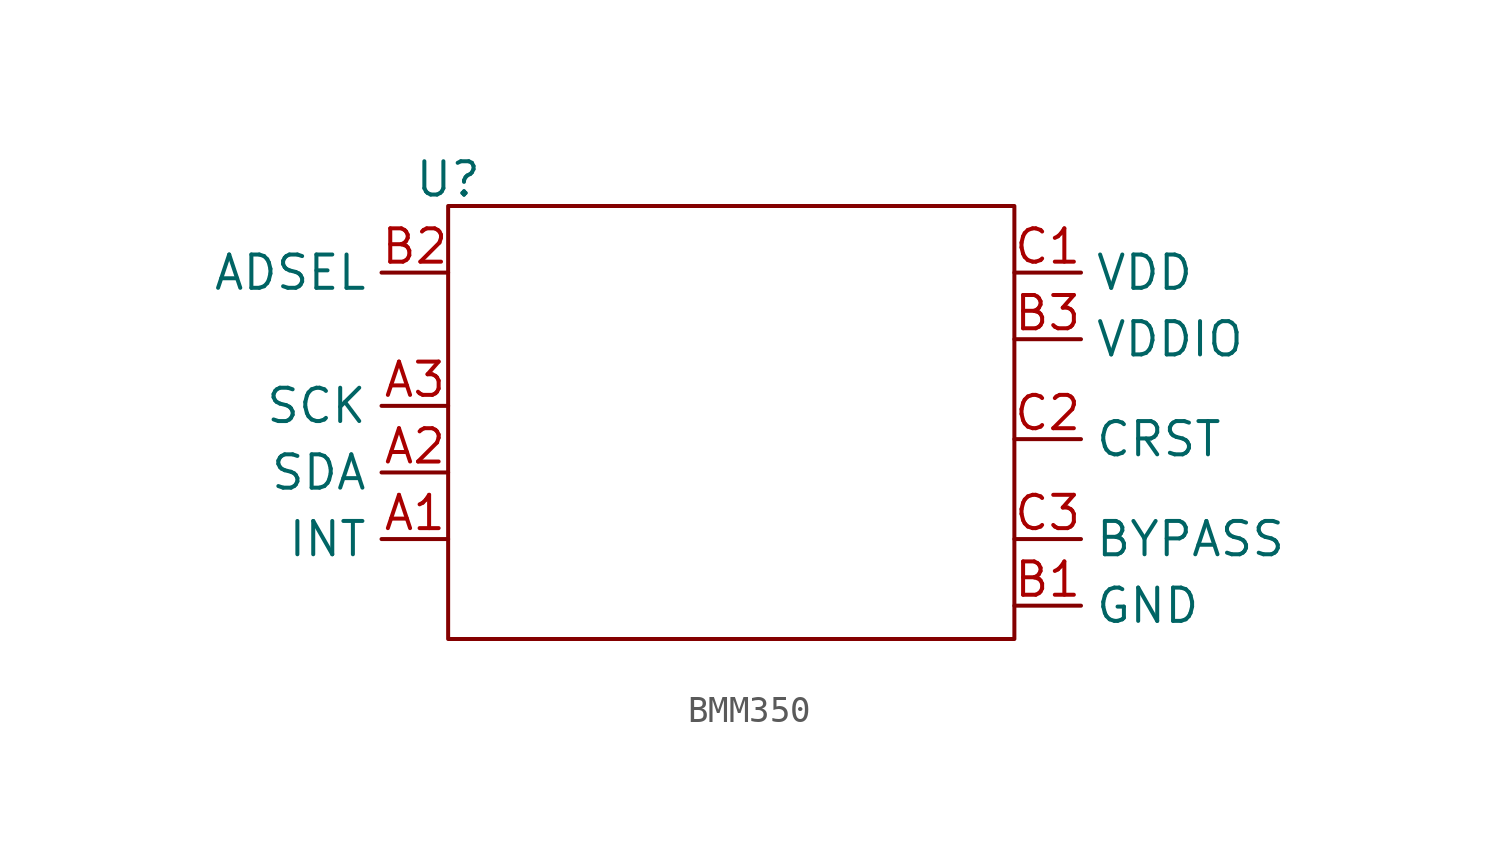
<source format=kicad_sym>
(kicad_symbol_lib
  (version 20241209)
  (generator "kicad_symbol_editor")
  (generator_version "9.0")
  (symbol "BMM350"
    (property "Reference" "U"
      (at -10.16 4.826 0)
      (effects (font (size 1.27 1.27))))
    (property "Value" ""
      (at 0 0 0)
      (effects (font (size 1.27 1.27))))
    (symbol "BMM350_0_1"
      (rectangle (start -10.16 3.81) (end 11.43 -12.7) (stroke (width 0) (type default)) (fill (type none))))
    (symbol "BMM350_1_1"
      (pin input line (at -10.16 1.27 180) (length 2.54) (name "ADSEL" (effects (font (size 1.27 1.27)))) (number "B2" (effects (font (size 1.27 1.27)))))
      (pin input line (at -10.16 -3.81 180) (length 2.54) (name "SCK" (effects (font (size 1.27 1.27)))) (number "A3" (effects (font (size 1.27 1.27)))))
      (pin input line (at -10.16 -6.35 180) (length 2.54) (name "SDA" (effects (font (size 1.27 1.27)))) (number "A2" (effects (font (size 1.27 1.27)))))
      (pin output line (at -10.16 -8.89 180) (length 2.54) (name "INT" (effects (font (size 1.27 1.27)))) (number "A1" (effects (font (size 1.27 1.27)))))
      (pin power_in line (at 11.43 1.27 0) (length 2.54) (name "VDD" (effects (font (size 1.27 1.27)))) (number "C1" (effects (font (size 1.27 1.27)))))
      (pin power_in line (at 11.43 -1.27 0) (length 2.54) (name "VDDIO" (effects (font (size 1.27 1.27)))) (number "B3" (effects (font (size 1.27 1.27)))))
      (pin input line (at 11.43 -5.08 0) (length 2.54) (name "CRST" (effects (font (size 1.27 1.27)))) (number "C2" (effects (font (size 1.27 1.27)))))
      (pin input line (at 11.43 -8.89 0) (length 2.54) (name "BYPASS" (effects (font (size 1.27 1.27)))) (number "C3" (effects (font (size 1.27 1.27)))))
      (pin input line (at 11.43 -11.43 0) (length 2.54) (name "GND" (effects (font (size 1.27 1.27)))) (number "B1" (effects (font (size 1.27 1.27))))))))
</source>
